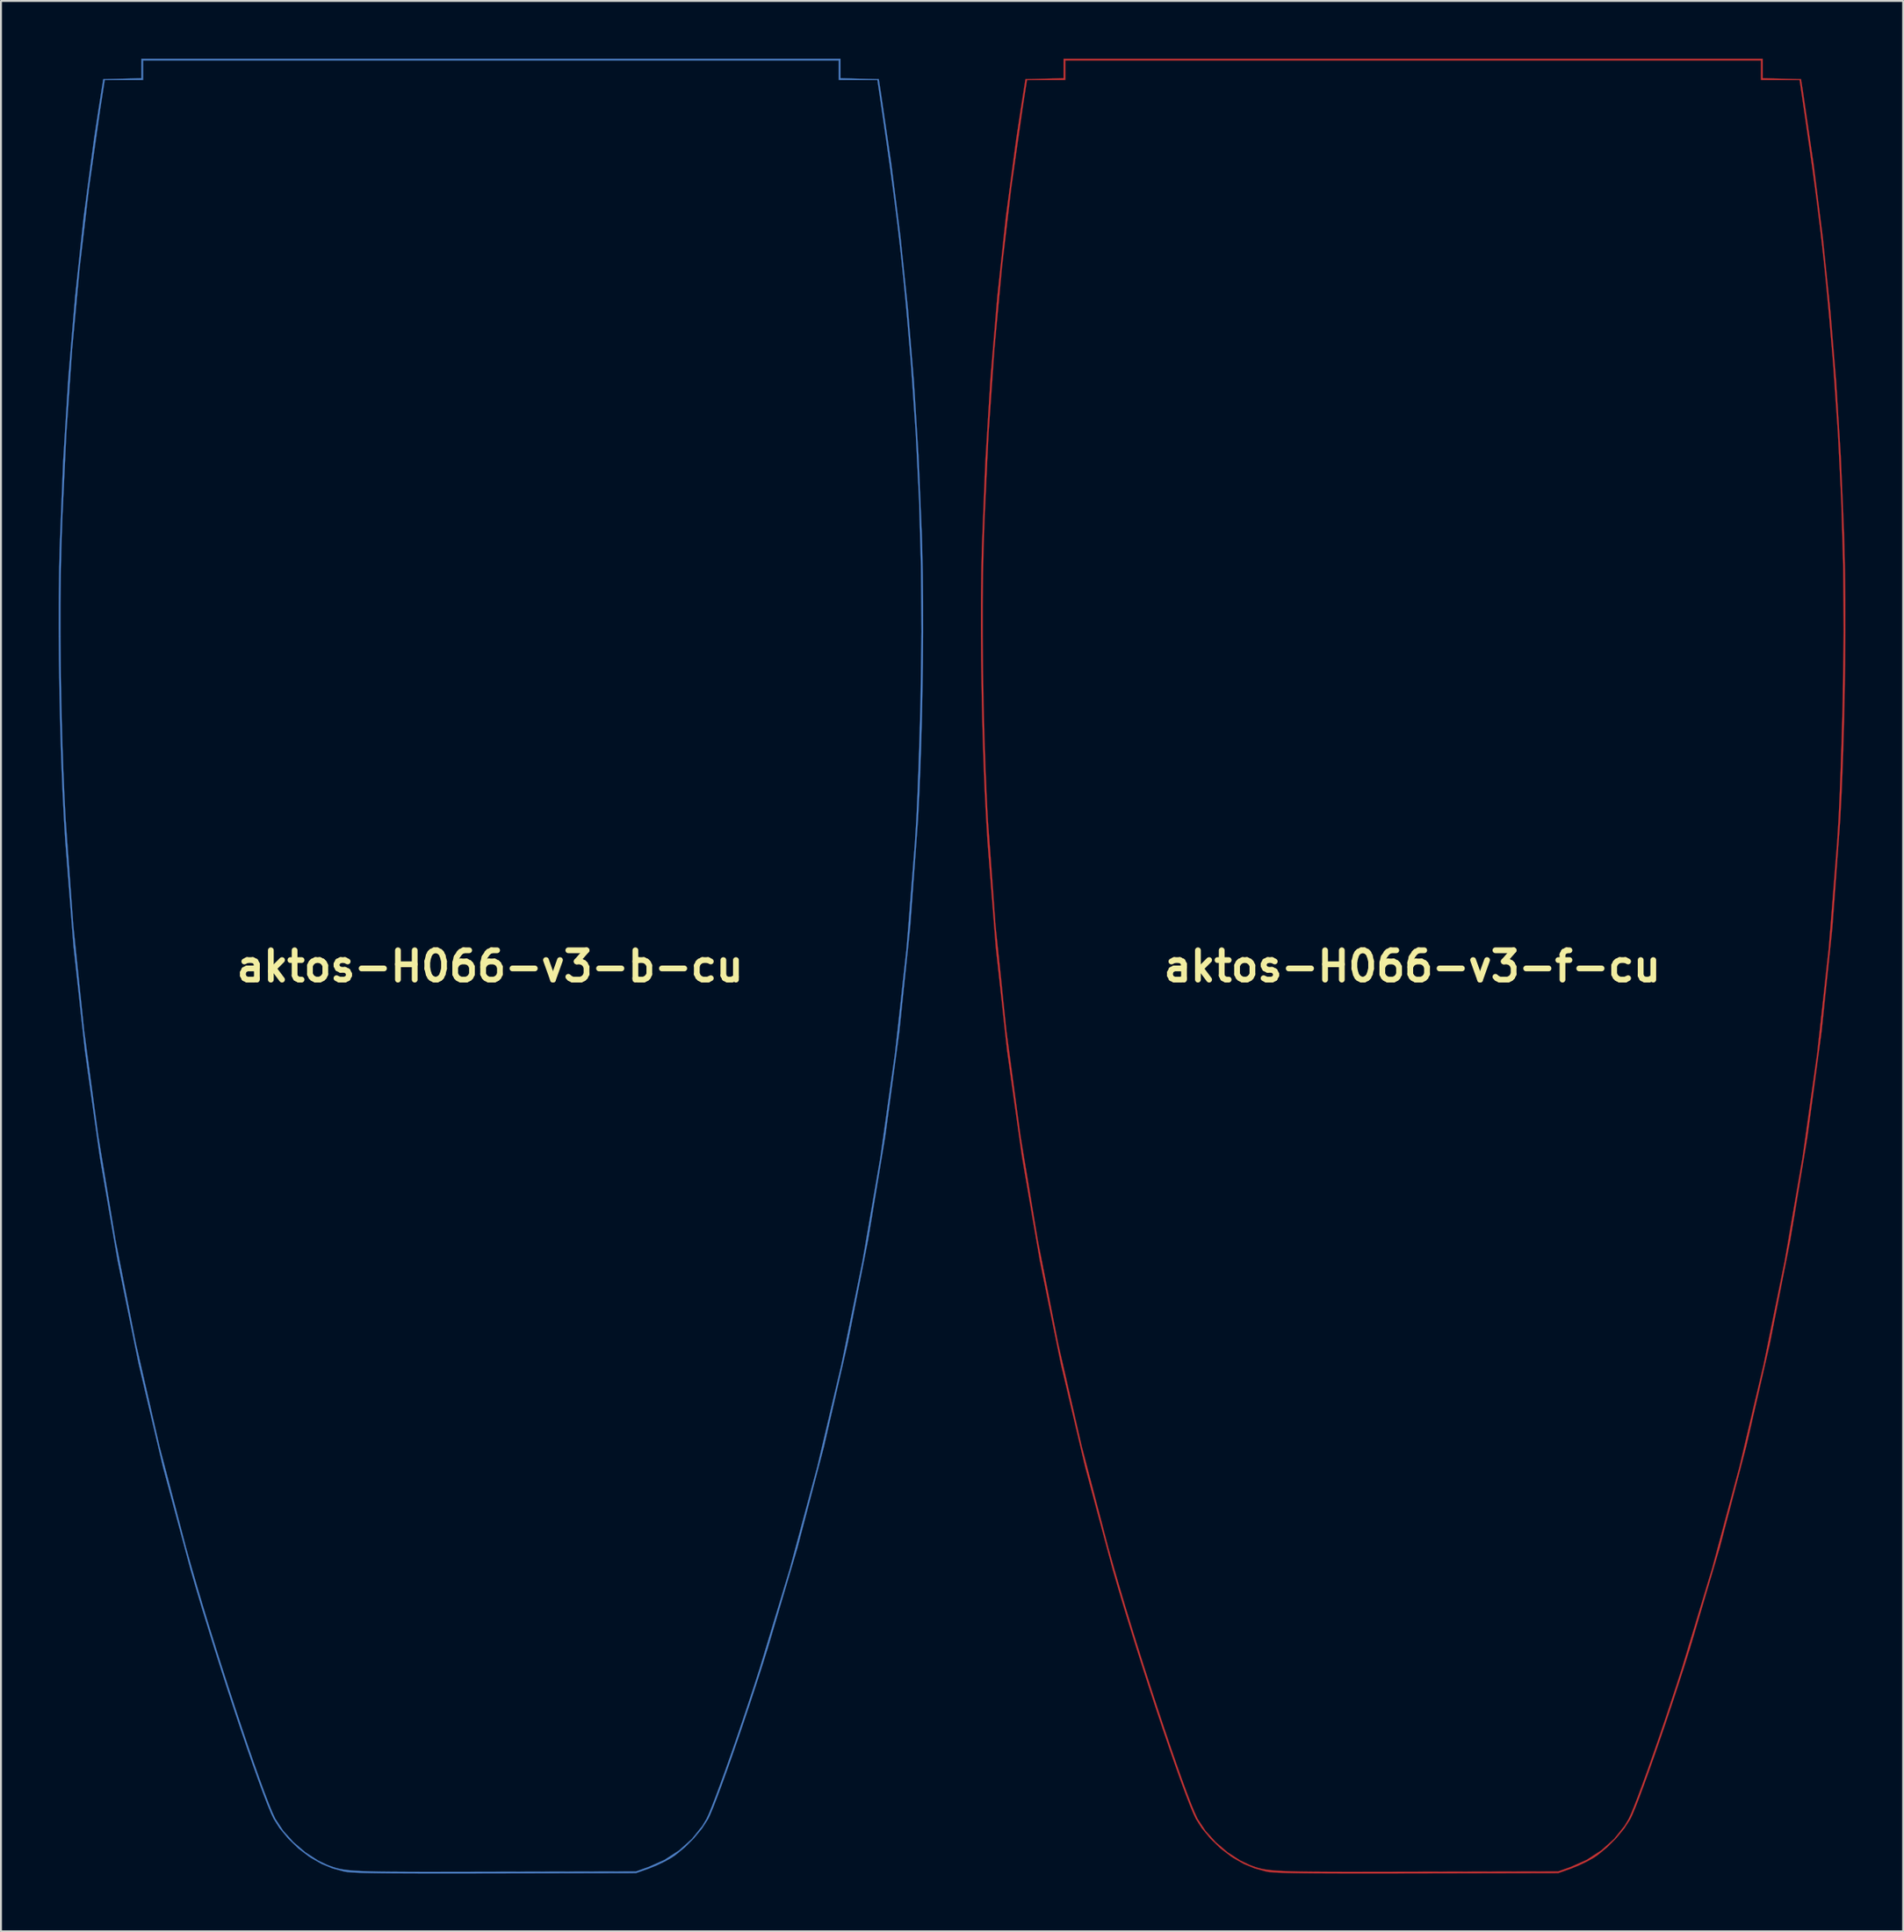
<source format=kicad_pcb>
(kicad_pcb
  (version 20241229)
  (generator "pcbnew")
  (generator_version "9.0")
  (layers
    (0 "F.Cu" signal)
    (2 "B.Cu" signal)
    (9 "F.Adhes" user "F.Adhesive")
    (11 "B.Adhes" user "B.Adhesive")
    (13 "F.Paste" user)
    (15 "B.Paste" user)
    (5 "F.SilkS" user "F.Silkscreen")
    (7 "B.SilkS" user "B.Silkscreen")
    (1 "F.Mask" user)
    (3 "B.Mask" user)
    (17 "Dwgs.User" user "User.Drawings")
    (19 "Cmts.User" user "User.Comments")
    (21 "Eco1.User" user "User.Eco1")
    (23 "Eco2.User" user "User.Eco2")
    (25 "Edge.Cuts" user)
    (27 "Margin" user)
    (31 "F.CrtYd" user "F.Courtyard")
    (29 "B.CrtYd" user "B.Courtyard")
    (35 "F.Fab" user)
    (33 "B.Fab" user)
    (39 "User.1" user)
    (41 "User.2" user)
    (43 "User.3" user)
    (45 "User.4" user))
  (footprint "aktos-H066-v3-f-cu"
    (layer "F.Cu")
    (at 70.336 47.164)
    (property "Reference" "aktos-H066-v3-f-cu" (at 0 0 0) (layer "F.SilkS") (effects (font (size 1.524 1.524) (thickness 0.3))))
    (attr through_hole)
    (fp_poly (pts (xy 18.203 -46.149) (xy 19.198 -46.125) (xy 20.193 -46.101) (xy 20.299 -45.424) (xy 20.851 -41.653) (xy 21.32 -37.914) (xy 21.708 -34.171) (xy 22.02 -30.387) (xy 22.258 -26.526) (xy 22.426 -22.553) (xy 22.449 -21.813) (xy 22.479 -20.449) (xy 22.495 -18.951) (xy 22.497 -17.353) (xy 22.484 -15.691) (xy 22.458 -14) (xy 22.419 -12.314) (xy 22.368 -10.667) (xy 22.306 -9.095) (xy 22.232 -7.632) (xy 22.226 -7.535) (xy 21.826 -2.048) (xy 21.259 3.416) (xy 20.528 8.851) (xy 19.632 14.253) (xy 18.572 19.619) (xy 17.349 24.944) (xy 15.965 30.224) (xy 14.418 35.454) (xy 14.087 36.503) (xy 13.787 37.432) (xy 13.479 38.368) (xy 13.168 39.296) (xy 12.86 40.197) (xy 12.562 41.055) (xy 12.28 41.852) (xy 12.019 42.571) (xy 11.786 43.196) (xy 11.587 43.708) (xy 11.427 44.092) (xy 11.326 44.306) (xy 11.012 44.794) (xy 10.591 45.304) (xy 10.11 45.785) (xy 9.614 46.189) (xy 9.435 46.31) (xy 9.071 46.514) (xy 8.639 46.721) (xy 8.236 46.884) (xy 7.578 47.117) (xy 0.254 47.133) (xy -1.09 47.135) (xy -2.275 47.136) (xy -3.311 47.136) (xy -4.207 47.133) (xy -4.973 47.13) (xy -5.62 47.124) (xy -6.158 47.116) (xy -6.596 47.106) (xy -6.944 47.093) (xy -7.212 47.079) (xy -7.411 47.061) (xy -7.549 47.042) (xy -7.578 47.036) (xy -8.2 46.866) (xy -8.749 46.641) (xy -9.307 46.323) (xy -9.41 46.257) (xy -9.962 45.836) (xy -10.488 45.326) (xy -10.942 44.777) (xy -11.244 44.301) (xy -11.385 44.001) (xy -11.569 43.554) (xy -11.791 42.976) (xy -12.046 42.281) (xy -12.329 41.486) (xy -12.634 40.606) (xy -12.957 39.656) (xy -13.292 38.652) (xy -13.634 37.609) (xy -13.978 36.542) (xy -14.32 35.468) (xy -14.652 34.4) (xy -14.972 33.356) (xy -15.273 32.349) (xy -15.55 31.397) (xy -15.581 31.287) (xy -17.003 25.992) (xy -18.262 20.654) (xy -19.356 15.278) (xy -20.285 9.869) (xy -21.049 4.428) (xy -21.646 -1.039) (xy -22.076 -6.53) (xy -22.141 -7.62) (xy -22.219 -9.15) (xy -22.284 -10.782) (xy -22.337 -12.48) (xy -22.376 -14.21) (xy -22.402 -15.936) (xy -22.412 -17.623) (xy -22.41 -18.786) (xy -22.326 -18.786) (xy -22.326 -17.148) (xy -22.311 -15.446) (xy -22.282 -13.715) (xy -22.239 -11.991) (xy -22.182 -10.308) (xy -22.113 -8.702) (xy -22.057 -7.62) (xy -21.659 -2.125) (xy -21.095 3.348) (xy -20.365 8.794) (xy -19.468 14.21) (xy -18.407 19.592) (xy -17.181 24.938) (xy -15.791 30.242) (xy -15.497 31.287) (xy -15.222 32.233) (xy -14.924 33.234) (xy -14.606 34.275) (xy -14.275 35.34) (xy -13.935 36.415) (xy -13.59 37.483) (xy -13.248 38.53) (xy -12.912 39.539) (xy -12.587 40.496) (xy -12.28 41.385) (xy -11.994 42.19) (xy -11.736 42.897) (xy -11.509 43.49) (xy -11.32 43.953) (xy -11.174 44.271) (xy -11.159 44.3) (xy -10.754 44.916) (xy -10.222 45.506) (xy -9.605 46.034) (xy -8.947 46.462) (xy -8.467 46.689) (xy -8.301 46.753) (xy -8.142 46.809) (xy -7.981 46.858) (xy -7.804 46.901) (xy -7.601 46.936) (xy -7.359 46.966) (xy -7.068 46.991) (xy -6.717 47.011) (xy -6.292 47.026) (xy -5.784 47.038) (xy -5.18 47.045) (xy -4.469 47.05) (xy -3.64 47.053) (xy -2.681 47.053) (xy -1.58 47.052) (xy -0.326 47.049) (xy 0.254 47.048) (xy 7.578 47.032) (xy 8.236 46.799) (xy 9.067 46.428) (xy 9.826 45.934) (xy 10.487 45.34) (xy 11.025 44.668) (xy 11.241 44.306) (xy 11.361 44.049) (xy 11.525 43.649) (xy 11.729 43.121) (xy 11.966 42.484) (xy 12.23 41.753) (xy 12.515 40.947) (xy 12.815 40.083) (xy 13.123 39.177) (xy 13.434 38.247) (xy 13.742 37.31) (xy 14.002 36.503) (xy 15.581 31.283) (xy 16.998 26.013) (xy 18.254 20.696) (xy 19.346 15.339) (xy 20.276 9.943) (xy 21.04 4.514) (xy 21.64 -0.944) (xy 22.074 -6.427) (xy 22.142 -7.535) (xy 22.169 -8.072) (xy 22.2 -8.75) (xy 22.231 -9.54) (xy 22.263 -10.413) (xy 22.294 -11.341) (xy 22.323 -12.296) (xy 22.35 -13.248) (xy 22.368 -13.981) (xy 22.414 -17.389) (xy 22.387 -20.796) (xy 22.288 -24.234) (xy 22.114 -27.737) (xy 21.865 -31.338) (xy 21.674 -33.613) (xy 21.579 -34.655) (xy 21.485 -35.634) (xy 21.389 -36.572) (xy 21.289 -37.493) (xy 21.182 -38.419) (xy 21.064 -39.373) (xy 20.934 -40.378) (xy 20.788 -41.458) (xy 20.623 -42.635) (xy 20.436 -43.932) (xy 20.226 -45.372) (xy 20.215 -45.445) (xy 20.125 -46.059) (xy 18.119 -46.059) (xy 18.119 -47.075) (xy -18.034 -47.075) (xy -18.034 -46.059) (xy -20.025 -46.059) (xy -20.265 -44.514) (xy -20.845 -40.433) (xy -21.33 -36.281) (xy -21.721 -32.041) (xy -22.021 -27.695) (xy -22.231 -23.227) (xy -22.28 -21.733) (xy -22.311 -20.326) (xy -22.326 -18.786) (xy -22.41 -18.786) (xy -22.408 -19.237) (xy -22.389 -20.743) (xy -22.365 -21.733) (xy -22.186 -26.206) (xy -21.916 -30.581) (xy -21.558 -34.846) (xy -21.112 -38.991) (xy -20.578 -43.006) (xy -20.333 -44.619) (xy -20.099 -46.101) (xy -19.109 -46.125) (xy -18.119 -46.149) (xy -18.119 -47.159) (xy 18.203 -47.159) (xy 18.203 -46.149)) (stroke (width 0.01) (type solid)) (fill yes) (layer "F.Cu")))
  (footprint "aktos-H066-v3-b-cu"
    (layer "F.Cu")
    (at 22.417 47.164)
    (property "Reference" "aktos-H066-v3-b-cu" (at 0 0 0) (layer "F.SilkS") (effects (font (size 1.524 1.524) (thickness 0.3))))
    (attr through_hole)
    (fp_poly (pts (xy 18.203 -46.149) (xy 19.198 -46.125) (xy 20.193 -46.101) (xy 20.299 -45.424) (xy 20.851 -41.653) (xy 21.32 -37.914) (xy 21.708 -34.171) (xy 22.02 -30.387) (xy 22.258 -26.526) (xy 22.426 -22.553) (xy 22.449 -21.813) (xy 22.479 -20.449) (xy 22.495 -18.951) (xy 22.497 -17.353) (xy 22.484 -15.691) (xy 22.458 -14) (xy 22.419 -12.314) (xy 22.368 -10.667) (xy 22.306 -9.095) (xy 22.232 -7.632) (xy 22.226 -7.535) (xy 21.826 -2.048) (xy 21.259 3.416) (xy 20.528 8.851) (xy 19.632 14.253) (xy 18.572 19.619) (xy 17.349 24.944) (xy 15.965 30.224) (xy 14.418 35.454) (xy 14.087 36.503) (xy 13.787 37.432) (xy 13.479 38.368) (xy 13.168 39.296) (xy 12.86 40.197) (xy 12.562 41.055) (xy 12.28 41.852) (xy 12.019 42.571) (xy 11.786 43.196) (xy 11.587 43.708) (xy 11.427 44.092) (xy 11.326 44.306) (xy 11.012 44.794) (xy 10.591 45.304) (xy 10.11 45.785) (xy 9.614 46.189) (xy 9.435 46.31) (xy 9.071 46.514) (xy 8.639 46.721) (xy 8.236 46.884) (xy 7.578 47.117) (xy 0.254 47.133) (xy -1.09 47.135) (xy -2.275 47.136) (xy -3.311 47.136) (xy -4.207 47.133) (xy -4.973 47.13) (xy -5.62 47.124) (xy -6.158 47.116) (xy -6.596 47.106) (xy -6.944 47.093) (xy -7.212 47.079) (xy -7.411 47.061) (xy -7.549 47.042) (xy -7.578 47.036) (xy -8.2 46.866) (xy -8.749 46.641) (xy -9.307 46.323) (xy -9.41 46.257) (xy -9.962 45.836) (xy -10.488 45.326) (xy -10.942 44.777) (xy -11.244 44.301) (xy -11.385 44.001) (xy -11.569 43.554) (xy -11.791 42.976) (xy -12.046 42.281) (xy -12.329 41.486) (xy -12.634 40.606) (xy -12.957 39.656) (xy -13.292 38.652) (xy -13.634 37.609) (xy -13.978 36.542) (xy -14.32 35.468) (xy -14.652 34.4) (xy -14.972 33.356) (xy -15.273 32.349) (xy -15.55 31.397) (xy -15.581 31.287) (xy -17.003 25.992) (xy -18.262 20.654) (xy -19.356 15.278) (xy -20.285 9.869) (xy -21.049 4.428) (xy -21.646 -1.039) (xy -22.076 -6.53) (xy -22.141 -7.62) (xy -22.219 -9.15) (xy -22.284 -10.782) (xy -22.337 -12.48) (xy -22.376 -14.21) (xy -22.402 -15.936) (xy -22.412 -17.623) (xy -22.41 -18.786) (xy -22.326 -18.786) (xy -22.326 -17.148) (xy -22.311 -15.446) (xy -22.282 -13.715) (xy -22.239 -11.991) (xy -22.182 -10.308) (xy -22.113 -8.702) (xy -22.057 -7.62) (xy -21.659 -2.125) (xy -21.095 3.348) (xy -20.365 8.794) (xy -19.468 14.21) (xy -18.407 19.592) (xy -17.181 24.938) (xy -15.791 30.242) (xy -15.497 31.287) (xy -15.222 32.233) (xy -14.924 33.234) (xy -14.606 34.275) (xy -14.275 35.34) (xy -13.935 36.415) (xy -13.59 37.483) (xy -13.248 38.53) (xy -12.912 39.539) (xy -12.587 40.496) (xy -12.28 41.385) (xy -11.994 42.19) (xy -11.736 42.897) (xy -11.509 43.49) (xy -11.32 43.953) (xy -11.174 44.271) (xy -11.159 44.3) (xy -10.754 44.916) (xy -10.222 45.506) (xy -9.605 46.034) (xy -8.947 46.462) (xy -8.467 46.689) (xy -8.301 46.753) (xy -8.142 46.809) (xy -7.981 46.858) (xy -7.804 46.901) (xy -7.601 46.936) (xy -7.359 46.966) (xy -7.068 46.991) (xy -6.717 47.011) (xy -6.292 47.026) (xy -5.784 47.038) (xy -5.18 47.045) (xy -4.469 47.05) (xy -3.64 47.053) (xy -2.681 47.053) (xy -1.58 47.052) (xy -0.326 47.049) (xy 0.254 47.048) (xy 7.578 47.032) (xy 8.236 46.799) (xy 9.067 46.428) (xy 9.826 45.934) (xy 10.487 45.34) (xy 11.025 44.668) (xy 11.241 44.306) (xy 11.361 44.049) (xy 11.525 43.649) (xy 11.729 43.121) (xy 11.966 42.484) (xy 12.23 41.753) (xy 12.515 40.947) (xy 12.815 40.083) (xy 13.123 39.177) (xy 13.434 38.247) (xy 13.742 37.31) (xy 14.002 36.503) (xy 15.581 31.283) (xy 16.998 26.013) (xy 18.254 20.696) (xy 19.346 15.339) (xy 20.276 9.943) (xy 21.04 4.514) (xy 21.64 -0.944) (xy 22.074 -6.427) (xy 22.142 -7.535) (xy 22.169 -8.072) (xy 22.2 -8.75) (xy 22.231 -9.54) (xy 22.263 -10.413) (xy 22.294 -11.341) (xy 22.323 -12.296) (xy 22.35 -13.248) (xy 22.368 -13.981) (xy 22.414 -17.389) (xy 22.387 -20.796) (xy 22.288 -24.234) (xy 22.114 -27.737) (xy 21.865 -31.338) (xy 21.674 -33.613) (xy 21.579 -34.655) (xy 21.485 -35.634) (xy 21.389 -36.572) (xy 21.289 -37.493) (xy 21.182 -38.419) (xy 21.064 -39.373) (xy 20.934 -40.378) (xy 20.788 -41.458) (xy 20.623 -42.635) (xy 20.436 -43.932) (xy 20.226 -45.372) (xy 20.215 -45.445) (xy 20.125 -46.059) (xy 18.119 -46.059) (xy 18.119 -47.075) (xy -18.034 -47.075) (xy -18.034 -46.059) (xy -20.025 -46.059) (xy -20.265 -44.514) (xy -20.845 -40.433) (xy -21.33 -36.281) (xy -21.721 -32.041) (xy -22.021 -27.695) (xy -22.231 -23.227) (xy -22.28 -21.733) (xy -22.311 -20.326) (xy -22.326 -18.786) (xy -22.41 -18.786) (xy -22.408 -19.237) (xy -22.389 -20.743) (xy -22.365 -21.733) (xy -22.186 -26.206) (xy -21.916 -30.581) (xy -21.558 -34.846) (xy -21.112 -38.991) (xy -20.578 -43.006) (xy -20.333 -44.619) (xy -20.099 -46.101) (xy -19.109 -46.125) (xy -18.119 -46.149) (xy -18.119 -47.159) (xy 18.203 -47.159) (xy 18.203 -46.149)) (stroke (width 0.01) (type solid)) (fill yes) (layer "B.Cu")))
  (gr_rect
    (start -3 -3)
    (end 95.838 97.306)
    (stroke (width 0.1) (type default))
    (fill no)
    (layer "Edge.Cuts")))
</source>
